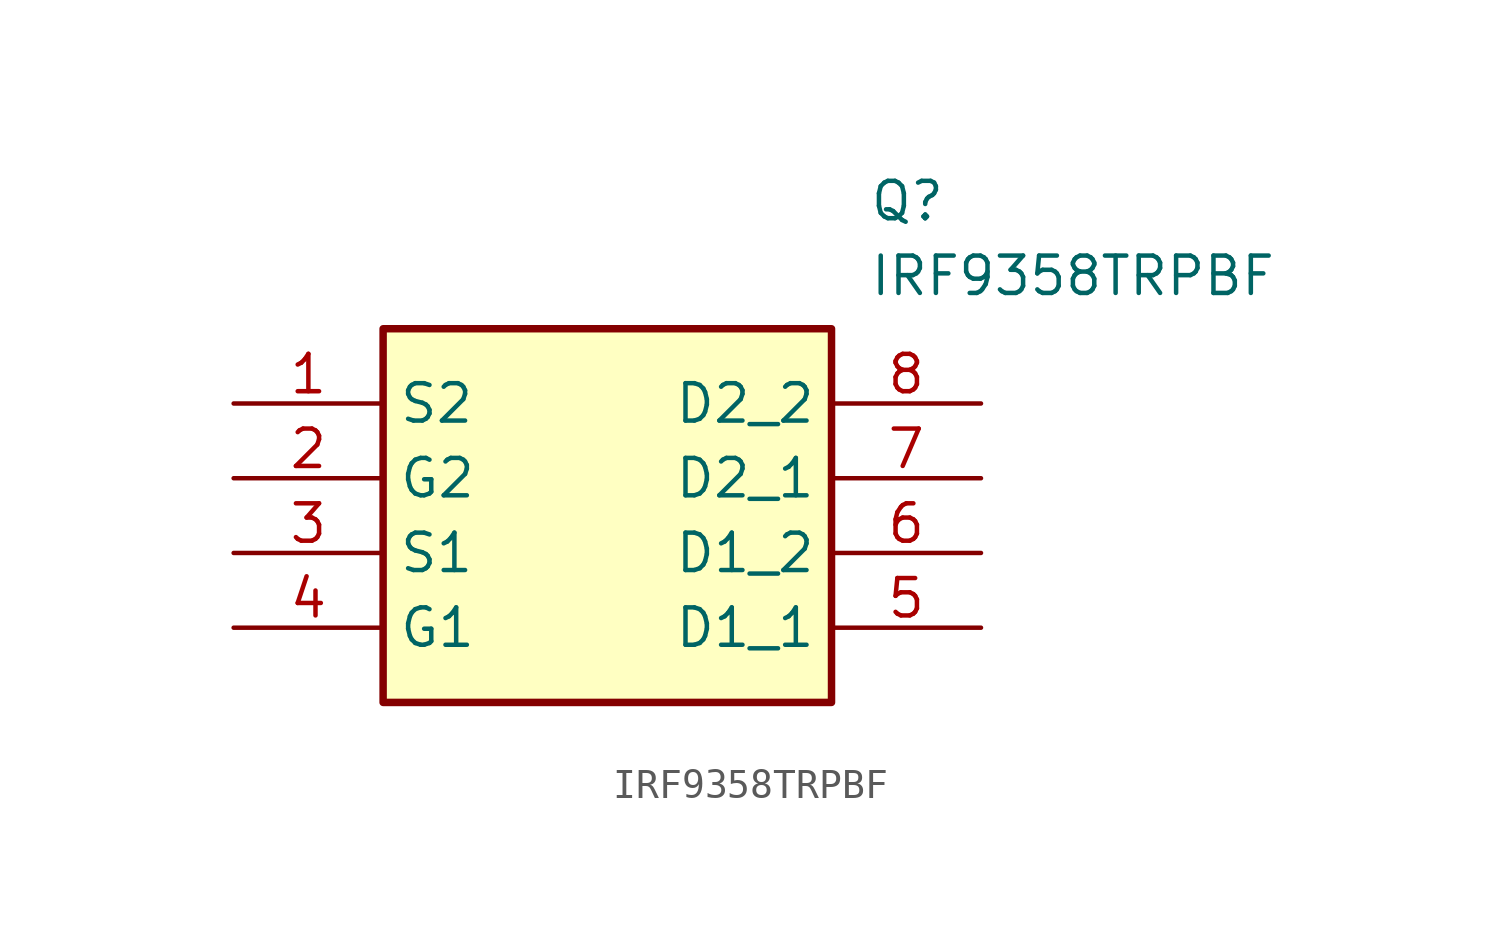
<source format=kicad_sym>
(kicad_symbol_lib
  (version 20211014)
  (generator SamacSys_ECAD_Model)
  (symbol "IRF9358TRPBF"
    (property "Reference" "Q"
      (at 21.59 7.62 0)
      (effects (font (size 1.27 1.27)) (justify left top)))
    (property "Value" "IRF9358TRPBF"
      (at 21.59 5.08 0)
      (effects (font (size 1.27 1.27)) (justify left top)))
    (rectangle
      (start 5.08 2.54)
      (end 20.32 -10.16)
      (stroke (width 0.254) (type default))
      (fill (type background)))
    (pin passive line
      (at 0 0 0)
      (length 5.08)
      (name "S2" (effects (font (size 1.27 1.27))))
      (number "1" (effects (font (size 1.27 1.27)))))
    (pin passive line
      (at 0 -2.54 0)
      (length 5.08)
      (name "G2" (effects (font (size 1.27 1.27))))
      (number "2" (effects (font (size 1.27 1.27)))))
    (pin passive line
      (at 0 -5.08 0)
      (length 5.08)
      (name "S1" (effects (font (size 1.27 1.27))))
      (number "3" (effects (font (size 1.27 1.27)))))
    (pin passive line
      (at 0 -7.62 0)
      (length 5.08)
      (name "G1" (effects (font (size 1.27 1.27))))
      (number "4" (effects (font (size 1.27 1.27)))))
    (pin passive line
      (at 25.4 0 180)
      (length 5.08)
      (name "D2_2" (effects (font (size 1.27 1.27))))
      (number "8" (effects (font (size 1.27 1.27)))))
    (pin passive line
      (at 25.4 -2.54 180)
      (length 5.08)
      (name "D2_1" (effects (font (size 1.27 1.27))))
      (number "7" (effects (font (size 1.27 1.27)))))
    (pin passive line
      (at 25.4 -5.08 180)
      (length 5.08)
      (name "D1_2" (effects (font (size 1.27 1.27))))
      (number "6" (effects (font (size 1.27 1.27)))))
    (pin passive line
      (at 25.4 -7.62 180)
      (length 5.08)
      (name "D1_1" (effects (font (size 1.27 1.27))))
      (number "5" (effects (font (size 1.27 1.27)))))))
</source>
